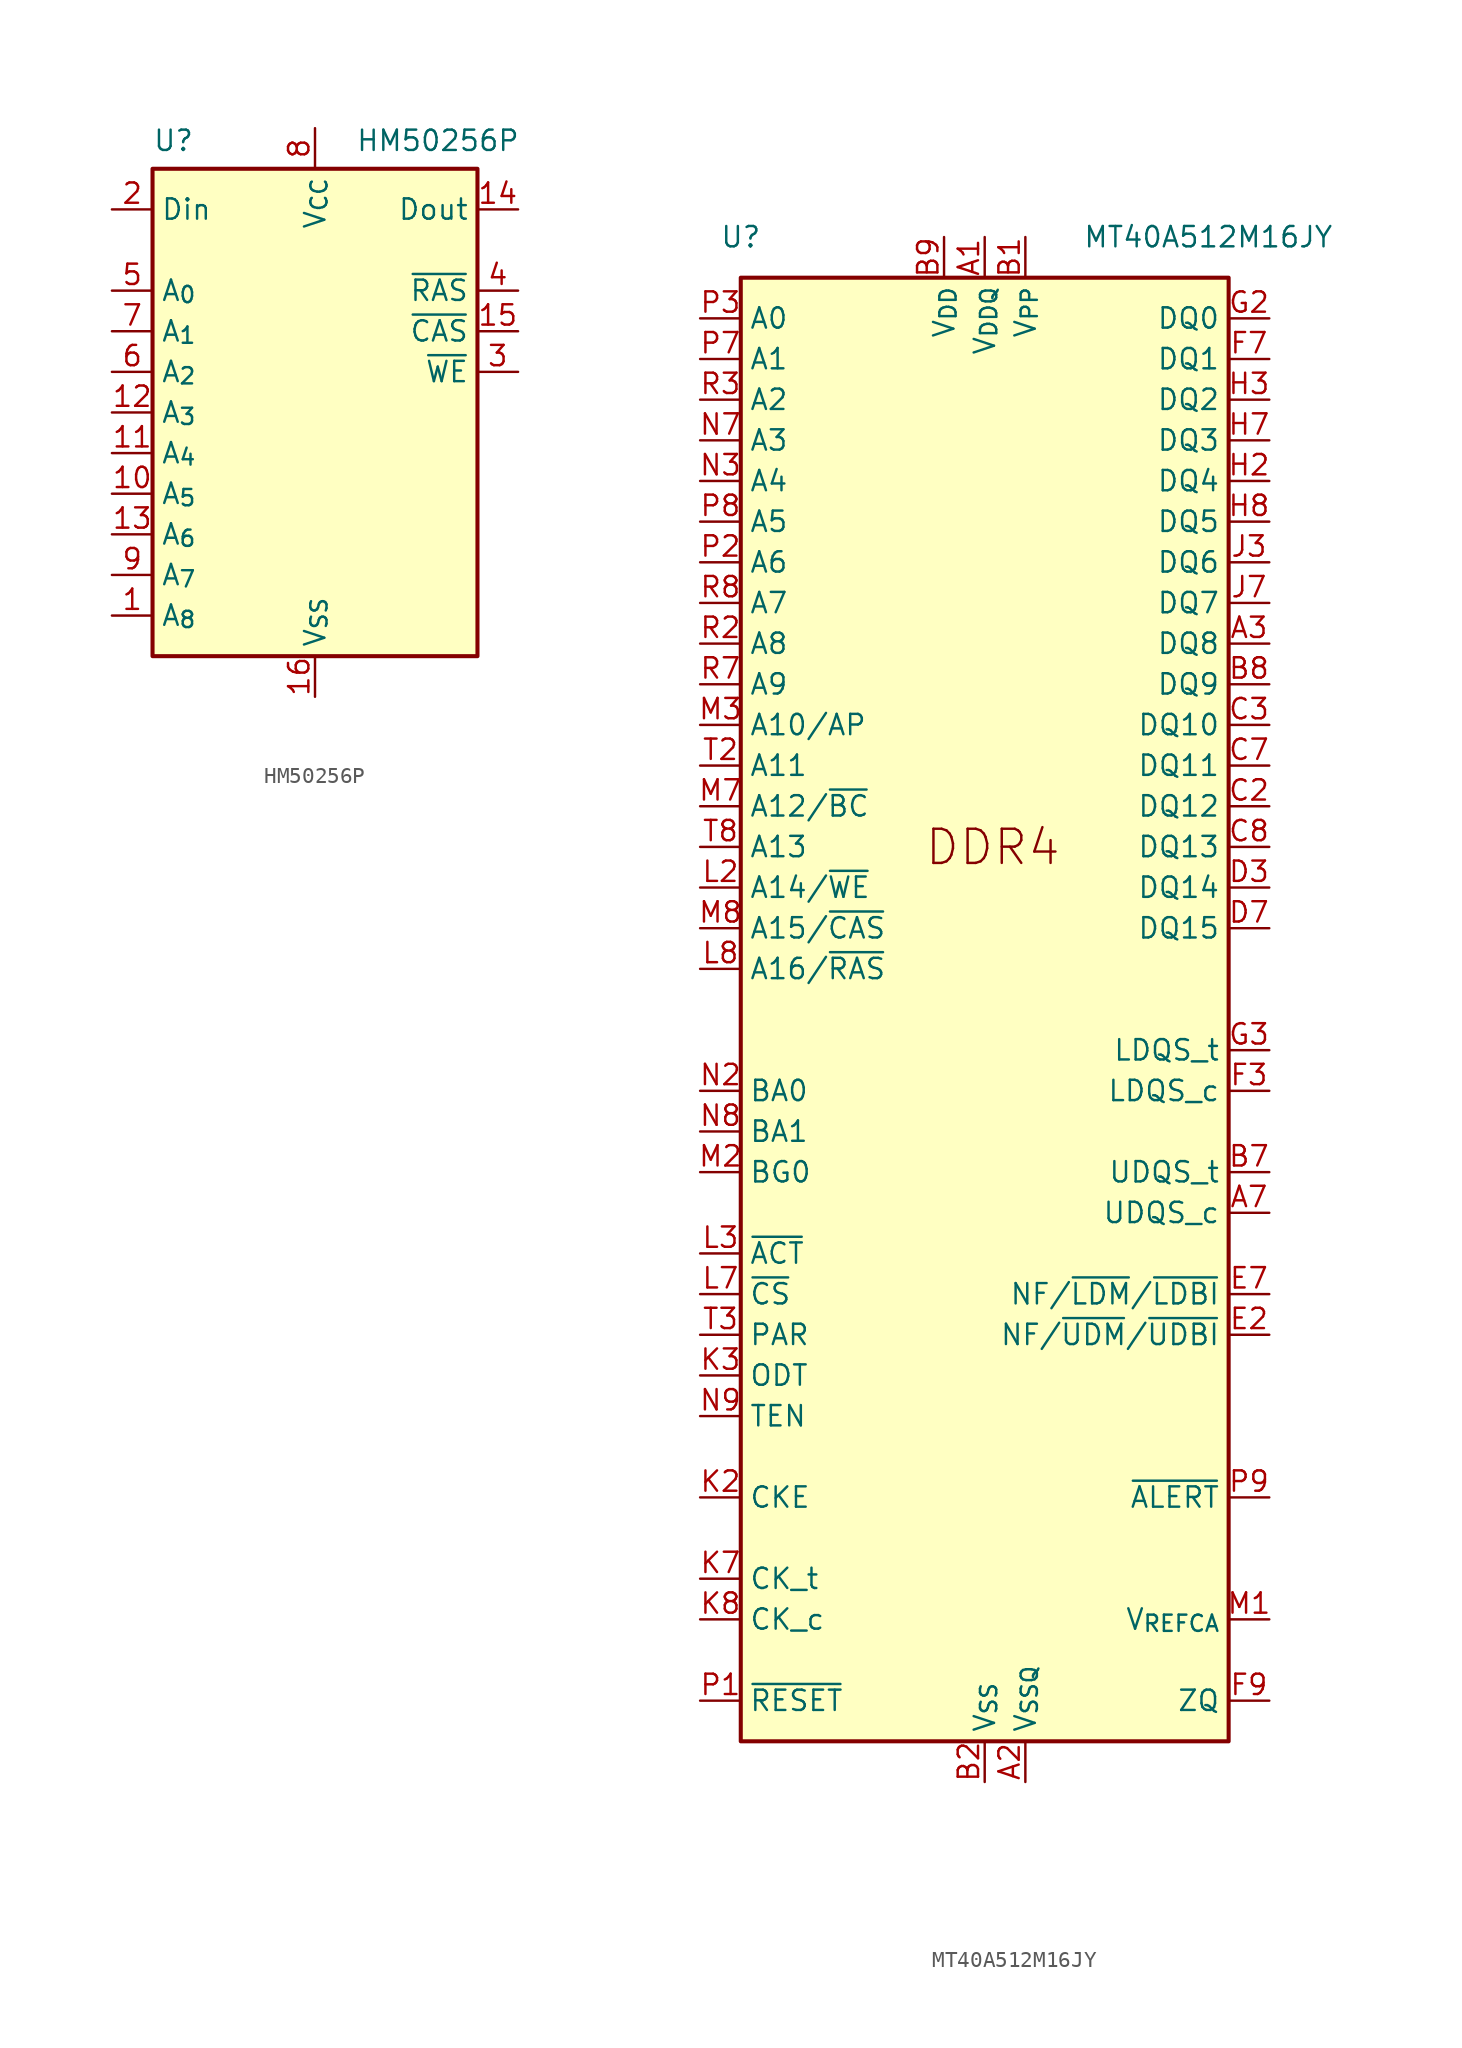
<source format=kicad_sym>
(kicad_symbol_lib
  (version 20241209)
  (generator "kicad_symbol_editor")
  (generator_version "9.0")
  (symbol "HM50256P"
    (property "Reference" "U"
      (at -10.16 16.256 0)
      (effects (font (size 1.27 1.27)) (justify left bottom)))
    (property "Value" "HM50256P"
      (at 2.54 16.256 0)
      (effects (font (size 1.27 1.27)) (justify left bottom)))
    (symbol "HM50256P_0_1"
      (rectangle (start -10.16 15.24) (end 10.16 -15.24) (stroke (width 0.254) (type default)) (fill (type background))))
    (symbol "HM50256P_1_0"
      (pin input line (at -12.7 -10.16 0) (length 2.54) (name "A_{7}" (effects (font (size 1.27 1.27)))) (number "9" (effects (font (size 1.27 1.27)))))
      (pin input line (at -12.7 -12.7 0) (length 2.54) (name "A_{8}" (effects (font (size 1.27 1.27)))) (number "1" (effects (font (size 1.27 1.27)))))
      (pin power_in line (at 0 17.78 270) (length 2.54) (name "V_{CC}" (effects (font (size 1.27 1.27)))) (number "8" (effects (font (size 1.27 1.27)))))
      (pin power_in line (at 0 -17.78 90) (length 2.54) (name "V_{SS}" (effects (font (size 1.27 1.27)))) (number "16" (effects (font (size 1.27 1.27))))))
    (symbol "HM50256P_1_1"
      (pin input line (at -12.7 12.7 0) (length 2.54) (name "Din" (effects (font (size 1.27 1.27)))) (number "2" (effects (font (size 1.27 1.27)))))
      (pin input line (at -12.7 7.62 0) (length 2.54) (name "A_{0}" (effects (font (size 1.27 1.27)))) (number "5" (effects (font (size 1.27 1.27)))))
      (pin input line (at -12.7 5.08 0) (length 2.54) (name "A_{1}" (effects (font (size 1.27 1.27)))) (number "7" (effects (font (size 1.27 1.27)))))
      (pin input line (at -12.7 2.54 0) (length 2.54) (name "A_{2}" (effects (font (size 1.27 1.27)))) (number "6" (effects (font (size 1.27 1.27)))))
      (pin input line (at -12.7 0 0) (length 2.54) (name "A_{3}" (effects (font (size 1.27 1.27)))) (number "12" (effects (font (size 1.27 1.27)))))
      (pin input line (at -12.7 -2.54 0) (length 2.54) (name "A_{4}" (effects (font (size 1.27 1.27)))) (number "11" (effects (font (size 1.27 1.27)))))
      (pin input line (at -12.7 -5.08 0) (length 2.54) (name "A_{5}" (effects (font (size 1.27 1.27)))) (number "10" (effects (font (size 1.27 1.27)))))
      (pin input line (at -12.7 -7.62 0) (length 2.54) (name "A_{6}" (effects (font (size 1.27 1.27)))) (number "13" (effects (font (size 1.27 1.27)))))
      (pin tri_state line (at 12.7 12.7 180) (length 2.54) (name "Dout" (effects (font (size 1.27 1.27)))) (number "14" (effects (font (size 1.27 1.27)))))
      (pin input line (at 12.7 7.62 180) (length 2.54) (name "~{RAS}" (effects (font (size 1.27 1.27)))) (number "4" (effects (font (size 1.27 1.27)))))
      (pin input line (at 12.7 5.08 180) (length 2.54) (name "~{CAS}" (effects (font (size 1.27 1.27)))) (number "15" (effects (font (size 1.27 1.27)))))
      (pin input line (at 12.7 2.54 180) (length 2.54) (name "~{WE}" (effects (font (size 1.27 1.27)))) (number "3" (effects (font (size 1.27 1.27)))))))
  (symbol "MT40A512M16JY"
    (property "Reference" "U"
      (at -15.24 48.26 0)
      (effects (font (size 1.27 1.27))))
    (property "Value" "MT40A512M16JY"
      (at 13.97 48.26 0)
      (effects (font (size 1.27 1.27))))
    (symbol "MT40A512M16JY_0_1"
      (rectangle (start -15.24 45.72) (end 15.24 -45.72) (stroke (width 0.254) (type default)) (fill (type background)))
      (pin input line (at -17.78 43.18 0) (length 2.54) (name "A0" (effects (font (size 1.27 1.27)))) (number "P3" (effects (font (size 1.27 1.27)))))
      (pin input line (at -17.78 40.64 0) (length 2.54) (name "A1" (effects (font (size 1.27 1.27)))) (number "P7" (effects (font (size 1.27 1.27)))))
      (pin input line (at -17.78 38.1 0) (length 2.54) (name "A2" (effects (font (size 1.27 1.27)))) (number "R3" (effects (font (size 1.27 1.27)))))
      (pin input line (at -17.78 35.56 0) (length 2.54) (name "A3" (effects (font (size 1.27 1.27)))) (number "N7" (effects (font (size 1.27 1.27)))))
      (pin input line (at -17.78 33.02 0) (length 2.54) (name "A4" (effects (font (size 1.27 1.27)))) (number "N3" (effects (font (size 1.27 1.27)))))
      (pin input line (at -17.78 30.48 0) (length 2.54) (name "A5" (effects (font (size 1.27 1.27)))) (number "P8" (effects (font (size 1.27 1.27)))))
      (pin input line (at -17.78 27.94 0) (length 2.54) (name "A6" (effects (font (size 1.27 1.27)))) (number "P2" (effects (font (size 1.27 1.27)))))
      (pin input line (at -17.78 25.4 0) (length 2.54) (name "A7" (effects (font (size 1.27 1.27)))) (number "R8" (effects (font (size 1.27 1.27)))))
      (pin input line (at -17.78 22.86 0) (length 2.54) (name "A8" (effects (font (size 1.27 1.27)))) (number "R2" (effects (font (size 1.27 1.27)))))
      (pin input line (at -17.78 20.32 0) (length 2.54) (name "A9" (effects (font (size 1.27 1.27)))) (number "R7" (effects (font (size 1.27 1.27)))))
      (pin input line (at -17.78 17.78 0) (length 2.54) (name "A10/AP" (effects (font (size 1.27 1.27)))) (number "M3" (effects (font (size 1.27 1.27)))))
      (pin input line (at -17.78 15.24 0) (length 2.54) (name "A11" (effects (font (size 1.27 1.27)))) (number "T2" (effects (font (size 1.27 1.27)))))
      (pin input line (at -17.78 12.7 0) (length 2.54) (name "A12/~{BC}" (effects (font (size 1.27 1.27)))) (number "M7" (effects (font (size 1.27 1.27)))))
      (pin input line (at -17.78 10.16 0) (length 2.54) (name "A13" (effects (font (size 1.27 1.27)))) (number "T8" (effects (font (size 1.27 1.27)))))
      (pin input line (at -17.78 7.62 0) (length 2.54) (name "A14/~{WE}" (effects (font (size 1.27 1.27)))) (number "L2" (effects (font (size 1.27 1.27)))))
      (pin input line (at -17.78 5.08 0) (length 2.54) (name "A15/~{CAS}" (effects (font (size 1.27 1.27)))) (number "M8" (effects (font (size 1.27 1.27)))))
      (pin input line (at -17.78 2.54 0) (length 2.54) (name "A16/~{RAS}" (effects (font (size 1.27 1.27)))) (number "L8" (effects (font (size 1.27 1.27)))))
      (pin input line (at -17.78 -5.08 0) (length 2.54) (name "BA0" (effects (font (size 1.27 1.27)))) (number "N2" (effects (font (size 1.27 1.27)))))
      (pin input line (at -17.78 -7.62 0) (length 2.54) (name "BA1" (effects (font (size 1.27 1.27)))) (number "N8" (effects (font (size 1.27 1.27)))))
      (pin input line (at -17.78 -10.16 0) (length 2.54) (name "BG0" (effects (font (size 1.27 1.27)))) (number "M2" (effects (font (size 1.27 1.27)))))
      (pin input line (at -17.78 -15.24 0) (length 2.54) (name "~{ACT}" (effects (font (size 1.27 1.27)))) (number "L3" (effects (font (size 1.27 1.27)))))
      (pin input line (at -17.78 -17.78 0) (length 2.54) (name "~{CS}" (effects (font (size 1.27 1.27)))) (number "L7" (effects (font (size 1.27 1.27)))))
      (pin input line (at -17.78 -20.32 0) (length 2.54) (name "PAR" (effects (font (size 1.27 1.27)))) (number "T3" (effects (font (size 1.27 1.27)))))
      (pin input line (at -17.78 -22.86 0) (length 2.54) (name "ODT" (effects (font (size 1.27 1.27)))) (number "K3" (effects (font (size 1.27 1.27)))))
      (pin input line (at -17.78 -25.4 0) (length 2.54) (name "TEN" (effects (font (size 1.27 1.27)))) (number "N9" (effects (font (size 1.27 1.27)))))
      (pin input line (at -17.78 -30.48 0) (length 2.54) (name "CKE" (effects (font (size 1.27 1.27)))) (number "K2" (effects (font (size 1.27 1.27)))))
      (pin input line (at -17.78 -35.56 0) (length 2.54) (name "CK_t" (effects (font (size 1.27 1.27)))) (number "K7" (effects (font (size 1.27 1.27)))))
      (pin input line (at -17.78 -38.1 0) (length 2.54) (name "CK_c" (effects (font (size 1.27 1.27)))) (number "K8" (effects (font (size 1.27 1.27)))))
      (pin input line (at -17.78 -43.18 0) (length 2.54) (name "~{RESET}" (effects (font (size 1.27 1.27)))) (number "P1" (effects (font (size 1.27 1.27)))))
      (pin no_connect line (at -15.24 0 0) (length 2.54) (hide yes) (name "NF/NC" (effects (font (size 1.27 1.27)))) (number "T7" (effects (font (size 1.27 1.27)))))
      (pin passive line (at -2.54 48.26 270) (length 2.54) (hide yes) (name "V_{DD}" (effects (font (size 1.27 1.27)))) (number "B3" (effects (font (size 1.27 1.27)))))
      (pin power_in line (at -2.54 48.26 270) (length 2.54) (name "V_{DD}" (effects (font (size 1.27 1.27)))) (number "B9" (effects (font (size 1.27 1.27)))))
      (pin passive line (at -2.54 48.26 270) (length 2.54) (hide yes) (name "V_{DD}" (effects (font (size 1.27 1.27)))) (number "D1" (effects (font (size 1.27 1.27)))))
      (pin passive line (at -2.54 48.26 270) (length 2.54) (hide yes) (name "V_{DD}" (effects (font (size 1.27 1.27)))) (number "G7" (effects (font (size 1.27 1.27)))))
      (pin passive line (at -2.54 48.26 270) (length 2.54) (hide yes) (name "V_{DD}" (effects (font (size 1.27 1.27)))) (number "J1" (effects (font (size 1.27 1.27)))))
      (pin passive line (at -2.54 48.26 270) (length 2.54) (hide yes) (name "V_{DD}" (effects (font (size 1.27 1.27)))) (number "J9" (effects (font (size 1.27 1.27)))))
      (pin passive line (at -2.54 48.26 270) (length 2.54) (hide yes) (name "V_{DD}" (effects (font (size 1.27 1.27)))) (number "L1" (effects (font (size 1.27 1.27)))))
      (pin passive line (at -2.54 48.26 270) (length 2.54) (hide yes) (name "V_{DD}" (effects (font (size 1.27 1.27)))) (number "L9" (effects (font (size 1.27 1.27)))))
      (pin passive line (at -2.54 48.26 270) (length 2.54) (hide yes) (name "V_{DD}" (effects (font (size 1.27 1.27)))) (number "R1" (effects (font (size 1.27 1.27)))))
      (pin passive line (at -2.54 48.26 270) (length 2.54) (hide yes) (name "V_{DD}" (effects (font (size 1.27 1.27)))) (number "T9" (effects (font (size 1.27 1.27)))))
      (pin power_in line (at 0 48.26 270) (length 2.54) (name "V_{DDQ}" (effects (font (size 1.27 1.27)))) (number "A1" (effects (font (size 1.27 1.27)))))
      (pin passive line (at 0 48.26 270) (length 2.54) (hide yes) (name "V_{DDQ}" (effects (font (size 1.27 1.27)))) (number "A9" (effects (font (size 1.27 1.27)))))
      (pin passive line (at 0 48.26 270) (length 2.54) (hide yes) (name "V_{DDQ}" (effects (font (size 1.27 1.27)))) (number "C1" (effects (font (size 1.27 1.27)))))
      (pin passive line (at 0 48.26 270) (length 2.54) (hide yes) (name "V_{DDQ}" (effects (font (size 1.27 1.27)))) (number "D9" (effects (font (size 1.27 1.27)))))
      (pin passive line (at 0 48.26 270) (length 2.54) (hide yes) (name "V_{DDQ}" (effects (font (size 1.27 1.27)))) (number "F2" (effects (font (size 1.27 1.27)))))
      (pin passive line (at 0 48.26 270) (length 2.54) (hide yes) (name "V_{DDQ}" (effects (font (size 1.27 1.27)))) (number "F8" (effects (font (size 1.27 1.27)))))
      (pin passive line (at 0 48.26 270) (length 2.54) (hide yes) (name "V_{DDQ}" (effects (font (size 1.27 1.27)))) (number "G1" (effects (font (size 1.27 1.27)))))
      (pin passive line (at 0 48.26 270) (length 2.54) (hide yes) (name "V_{DDQ}" (effects (font (size 1.27 1.27)))) (number "G9" (effects (font (size 1.27 1.27)))))
      (pin passive line (at 0 48.26 270) (length 2.54) (hide yes) (name "V_{DDQ}" (effects (font (size 1.27 1.27)))) (number "J2" (effects (font (size 1.27 1.27)))))
      (pin passive line (at 0 48.26 270) (length 2.54) (hide yes) (name "V_{DDQ}" (effects (font (size 1.27 1.27)))) (number "J8" (effects (font (size 1.27 1.27)))))
      (pin power_in line (at 0 -48.26 90) (length 2.54) (name "V_{SS}" (effects (font (size 1.27 1.27)))) (number "B2" (effects (font (size 1.27 1.27)))))
      (pin passive line (at 0 -48.26 90) (length 2.54) (hide yes) (name "V_{SS}" (effects (font (size 1.27 1.27)))) (number "E1" (effects (font (size 1.27 1.27)))))
      (pin passive line (at 0 -48.26 90) (length 2.54) (hide yes) (name "V_{SS}" (effects (font (size 1.27 1.27)))) (number "E9" (effects (font (size 1.27 1.27)))))
      (pin passive line (at 0 -48.26 90) (length 2.54) (hide yes) (name "V_{SS}" (effects (font (size 1.27 1.27)))) (number "G8" (effects (font (size 1.27 1.27)))))
      (pin passive line (at 0 -48.26 90) (length 2.54) (hide yes) (name "V_{SS}" (effects (font (size 1.27 1.27)))) (number "K1" (effects (font (size 1.27 1.27)))))
      (pin passive line (at 0 -48.26 90) (length 2.54) (hide yes) (name "V_{SS}" (effects (font (size 1.27 1.27)))) (number "K9" (effects (font (size 1.27 1.27)))))
      (pin passive line (at 0 -48.26 90) (length 2.54) (hide yes) (name "V_{SS}" (effects (font (size 1.27 1.27)))) (number "M9" (effects (font (size 1.27 1.27)))))
      (pin passive line (at 0 -48.26 90) (length 2.54) (hide yes) (name "V_{SS}" (effects (font (size 1.27 1.27)))) (number "N1" (effects (font (size 1.27 1.27)))))
      (pin passive line (at 0 -48.26 90) (length 2.54) (hide yes) (name "V_{SS}" (effects (font (size 1.27 1.27)))) (number "T1" (effects (font (size 1.27 1.27)))))
      (pin power_in line (at 2.54 48.26 270) (length 2.54) (name "V_{PP}" (effects (font (size 1.27 1.27)))) (number "B1" (effects (font (size 1.27 1.27)))))
      (pin passive line (at 2.54 48.26 270) (length 2.54) (hide yes) (name "V_{PP}" (effects (font (size 1.27 1.27)))) (number "R9" (effects (font (size 1.27 1.27)))))
      (pin power_in line (at 2.54 -48.26 90) (length 2.54) (name "V_{SSQ}" (effects (font (size 1.27 1.27)))) (number "A2" (effects (font (size 1.27 1.27)))))
      (pin passive line (at 2.54 -48.26 90) (length 2.54) (hide yes) (name "V_{SSQ}" (effects (font (size 1.27 1.27)))) (number "A8" (effects (font (size 1.27 1.27)))))
      (pin passive line (at 2.54 -48.26 90) (length 2.54) (hide yes) (name "V_{SSQ}" (effects (font (size 1.27 1.27)))) (number "C9" (effects (font (size 1.27 1.27)))))
      (pin passive line (at 2.54 -48.26 90) (length 2.54) (hide yes) (name "V_{SSQ}" (effects (font (size 1.27 1.27)))) (number "D2" (effects (font (size 1.27 1.27)))))
      (pin passive line (at 2.54 -48.26 90) (length 2.54) (hide yes) (name "V_{SSQ}" (effects (font (size 1.27 1.27)))) (number "D8" (effects (font (size 1.27 1.27)))))
      (pin passive line (at 2.54 -48.26 90) (length 2.54) (hide yes) (name "V_{SSQ}" (effects (font (size 1.27 1.27)))) (number "E3" (effects (font (size 1.27 1.27)))))
      (pin passive line (at 2.54 -48.26 90) (length 2.54) (hide yes) (name "V_{SSQ}" (effects (font (size 1.27 1.27)))) (number "E8" (effects (font (size 1.27 1.27)))))
      (pin passive line (at 2.54 -48.26 90) (length 2.54) (hide yes) (name "V_{SSQ}" (effects (font (size 1.27 1.27)))) (number "F1" (effects (font (size 1.27 1.27)))))
      (pin passive line (at 2.54 -48.26 90) (length 2.54) (hide yes) (name "V_{SSQ}" (effects (font (size 1.27 1.27)))) (number "H1" (effects (font (size 1.27 1.27)))))
      (pin passive line (at 2.54 -48.26 90) (length 2.54) (hide yes) (name "V_{SSQ}" (effects (font (size 1.27 1.27)))) (number "H9" (effects (font (size 1.27 1.27)))))
      (pin bidirectional line (at 17.78 43.18 180) (length 2.54) (name "DQ0" (effects (font (size 1.27 1.27)))) (number "G2" (effects (font (size 1.27 1.27)))))
      (pin bidirectional line (at 17.78 40.64 180) (length 2.54) (name "DQ1" (effects (font (size 1.27 1.27)))) (number "F7" (effects (font (size 1.27 1.27)))))
      (pin bidirectional line (at 17.78 38.1 180) (length 2.54) (name "DQ2" (effects (font (size 1.27 1.27)))) (number "H3" (effects (font (size 1.27 1.27)))))
      (pin bidirectional line (at 17.78 35.56 180) (length 2.54) (name "DQ3" (effects (font (size 1.27 1.27)))) (number "H7" (effects (font (size 1.27 1.27)))))
      (pin bidirectional line (at 17.78 33.02 180) (length 2.54) (name "DQ4" (effects (font (size 1.27 1.27)))) (number "H2" (effects (font (size 1.27 1.27)))))
      (pin bidirectional line (at 17.78 30.48 180) (length 2.54) (name "DQ5" (effects (font (size 1.27 1.27)))) (number "H8" (effects (font (size 1.27 1.27)))))
      (pin bidirectional line (at 17.78 27.94 180) (length 2.54) (name "DQ6" (effects (font (size 1.27 1.27)))) (number "J3" (effects (font (size 1.27 1.27)))))
      (pin bidirectional line (at 17.78 25.4 180) (length 2.54) (name "DQ7" (effects (font (size 1.27 1.27)))) (number "J7" (effects (font (size 1.27 1.27)))))
      (pin bidirectional line (at 17.78 22.86 180) (length 2.54) (name "DQ8" (effects (font (size 1.27 1.27)))) (number "A3" (effects (font (size 1.27 1.27)))))
      (pin bidirectional line (at 17.78 20.32 180) (length 2.54) (name "DQ9" (effects (font (size 1.27 1.27)))) (number "B8" (effects (font (size 1.27 1.27)))))
      (pin bidirectional line (at 17.78 17.78 180) (length 2.54) (name "DQ10" (effects (font (size 1.27 1.27)))) (number "C3" (effects (font (size 1.27 1.27)))))
      (pin bidirectional line (at 17.78 15.24 180) (length 2.54) (name "DQ11" (effects (font (size 1.27 1.27)))) (number "C7" (effects (font (size 1.27 1.27)))))
      (pin bidirectional line (at 17.78 12.7 180) (length 2.54) (name "DQ12" (effects (font (size 1.27 1.27)))) (number "C2" (effects (font (size 1.27 1.27)))))
      (pin bidirectional line (at 17.78 10.16 180) (length 2.54) (name "DQ13" (effects (font (size 1.27 1.27)))) (number "C8" (effects (font (size 1.27 1.27)))))
      (pin bidirectional line (at 17.78 7.62 180) (length 2.54) (name "DQ14" (effects (font (size 1.27 1.27)))) (number "D3" (effects (font (size 1.27 1.27)))))
      (pin bidirectional line (at 17.78 5.08 180) (length 2.54) (name "DQ15" (effects (font (size 1.27 1.27)))) (number "D7" (effects (font (size 1.27 1.27)))))
      (pin bidirectional line (at 17.78 -2.54 180) (length 2.54) (name "LDQS_t" (effects (font (size 1.27 1.27)))) (number "G3" (effects (font (size 1.27 1.27)))))
      (pin bidirectional line (at 17.78 -5.08 180) (length 2.54) (name "LDQS_c" (effects (font (size 1.27 1.27)))) (number "F3" (effects (font (size 1.27 1.27)))))
      (pin bidirectional line (at 17.78 -10.16 180) (length 2.54) (name "UDQS_t" (effects (font (size 1.27 1.27)))) (number "B7" (effects (font (size 1.27 1.27)))))
      (pin bidirectional line (at 17.78 -12.7 180) (length 2.54) (name "UDQS_c" (effects (font (size 1.27 1.27)))) (number "A7" (effects (font (size 1.27 1.27)))))
      (pin bidirectional line (at 17.78 -17.78 180) (length 2.54) (name "NF/~{LDM}/~{LDBI}" (effects (font (size 1.27 1.27)))) (number "E7" (effects (font (size 1.27 1.27)))))
      (pin bidirectional line (at 17.78 -20.32 180) (length 2.54) (name "NF/~{UDM}/~{UDBI}" (effects (font (size 1.27 1.27)))) (number "E2" (effects (font (size 1.27 1.27)))))
      (pin open_collector line (at 17.78 -30.48 180) (length 2.54) (name "~{ALERT}" (effects (font (size 1.27 1.27)))) (number "P9" (effects (font (size 1.27 1.27)))))
      (pin passive line (at 17.78 -38.1 180) (length 2.54) (name "V_{REFCA}" (effects (font (size 1.27 1.27)))) (number "M1" (effects (font (size 1.27 1.27)))))
      (pin passive line (at 17.78 -43.18 180) (length 2.54) (name "ZQ" (effects (font (size 1.27 1.27)))) (number "F9" (effects (font (size 1.27 1.27))))))
    (symbol "MT40A512M16JY_1_1"
      (text "DDR4" (at -3.81 8.89 0) (effects (font (size 2.134 2.134)) (justify left bottom))))))
</source>
